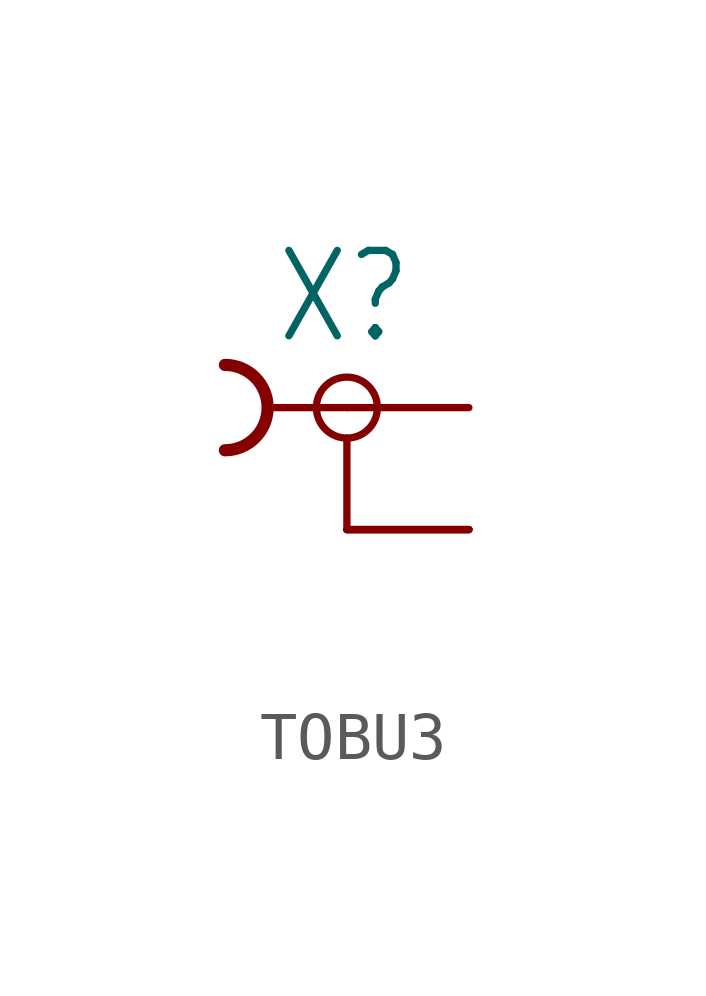
<source format=kicad_sym>
(kicad_symbol_lib
  (version 20220914)
  (generator kicad_symbol_editor)
  (symbol "TOBU3"
    (property "Reference" "X"
      (at -1.524 1.27 0)
      (effects (font (size 1.778 1.511)) (justify left bottom)))
    (property "Value" ""
      (at -2.54 -5.08 0)
      (effects (font (size 1.778 1.511)) (justify left bottom)))
    (property "ki_locked" ""
      (at 0 0 0)
      (effects (font (size 1.27 1.27))))
    (symbol "TOBU3_1_0"
      (arc (start -2.54 -0.889) (mid -1.6548 0) (end -2.54 0.889) (stroke (width 0.254) (type solid)) (fill (type none)))
      (polyline (pts (xy -1.524 0) (xy 0 0)) (stroke (width 0.152) (type solid)) (fill (type none)))
      (polyline (pts (xy 0 -2.54) (xy 0 -0.635)) (stroke (width 0.152) (type solid)) (fill (type none)))
      (circle (center 0 0) (radius 0.635) (stroke (width 0.152) (type solid)) (fill (type none)))
      (pin passive line (at 2.54 0 180) (length 2.54) (name "1" (effects (font (size 0 0)))) (number "1" (effects (font (size 0 0)))))
      (pin passive line (at 2.54 -2.54 180) (length 2.54) (name "2" (effects (font (size 0 0)))) (number "2" (effects (font (size 0 0)))))
      (pin passive line (at 2.54 -2.54 180) (length 2.54) (name "2" (effects (font (size 0 0)))) (number "2@1" (effects (font (size 0 0)))))
      (pin passive line (at 2.54 -2.54 180) (length 2.54) (name "2" (effects (font (size 0 0)))) (number "2@2" (effects (font (size 0 0)))))
      (pin passive line (at 2.54 -2.54 180) (length 2.54) (name "2" (effects (font (size 0 0)))) (number "2@3" (effects (font (size 0 0))))))))
</source>
